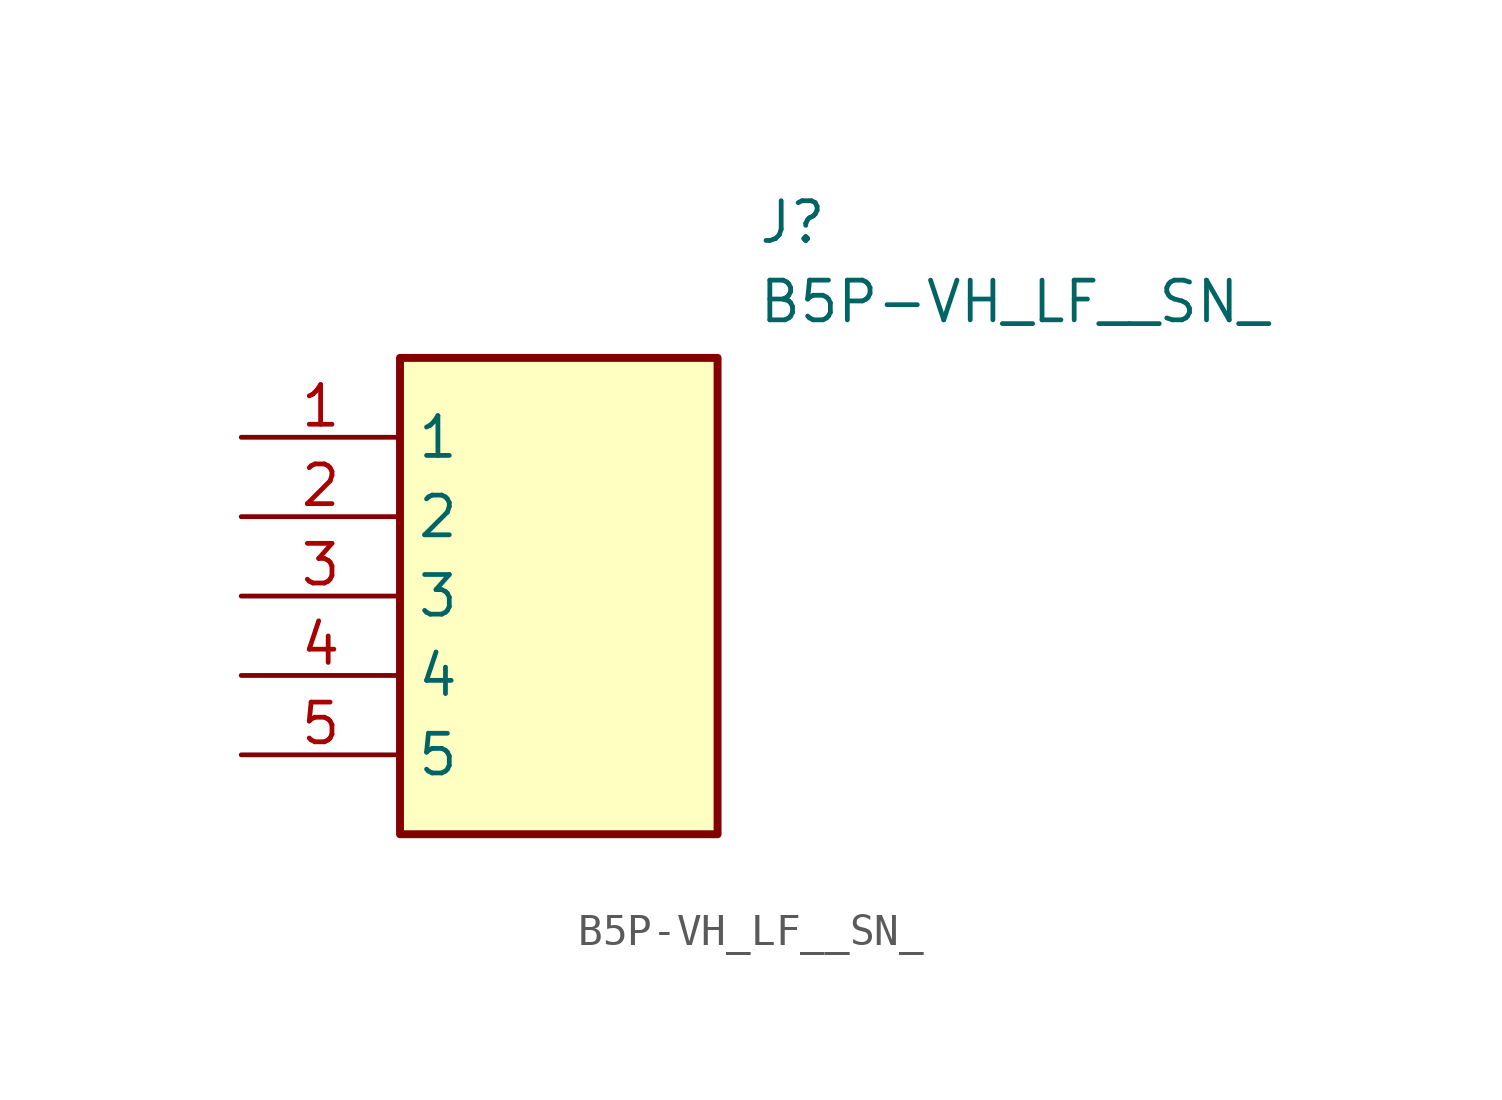
<source format=kicad_sym>
(kicad_symbol_lib
  (version 20211014)
  (generator SamacSys_ECAD_Model)
  (symbol "B5P-VH_LF__SN_"
    (property "Reference" "J"
      (at 16.51 7.62 0)
      (effects (font (size 1.27 1.27)) (justify left top)))
    (property "Value" "B5P-VH_LF__SN_"
      (at 16.51 5.08 0)
      (effects (font (size 1.27 1.27)) (justify left top)))
    (rectangle
      (start 5.08 2.54)
      (end 15.24 -12.7)
      (stroke (width 0.254) (type default))
      (fill (type background)))
    (pin passive line
      (at 0 0 0)
      (length 5.08)
      (name "1" (effects (font (size 1.27 1.27))))
      (number "1" (effects (font (size 1.27 1.27)))))
    (pin passive line
      (at 0 -2.54 0)
      (length 5.08)
      (name "2" (effects (font (size 1.27 1.27))))
      (number "2" (effects (font (size 1.27 1.27)))))
    (pin passive line
      (at 0 -5.08 0)
      (length 5.08)
      (name "3" (effects (font (size 1.27 1.27))))
      (number "3" (effects (font (size 1.27 1.27)))))
    (pin passive line
      (at 0 -7.62 0)
      (length 5.08)
      (name "4" (effects (font (size 1.27 1.27))))
      (number "4" (effects (font (size 1.27 1.27)))))
    (pin passive line
      (at 0 -10.16 0)
      (length 5.08)
      (name "5" (effects (font (size 1.27 1.27))))
      (number "5" (effects (font (size 1.27 1.27)))))))
</source>
